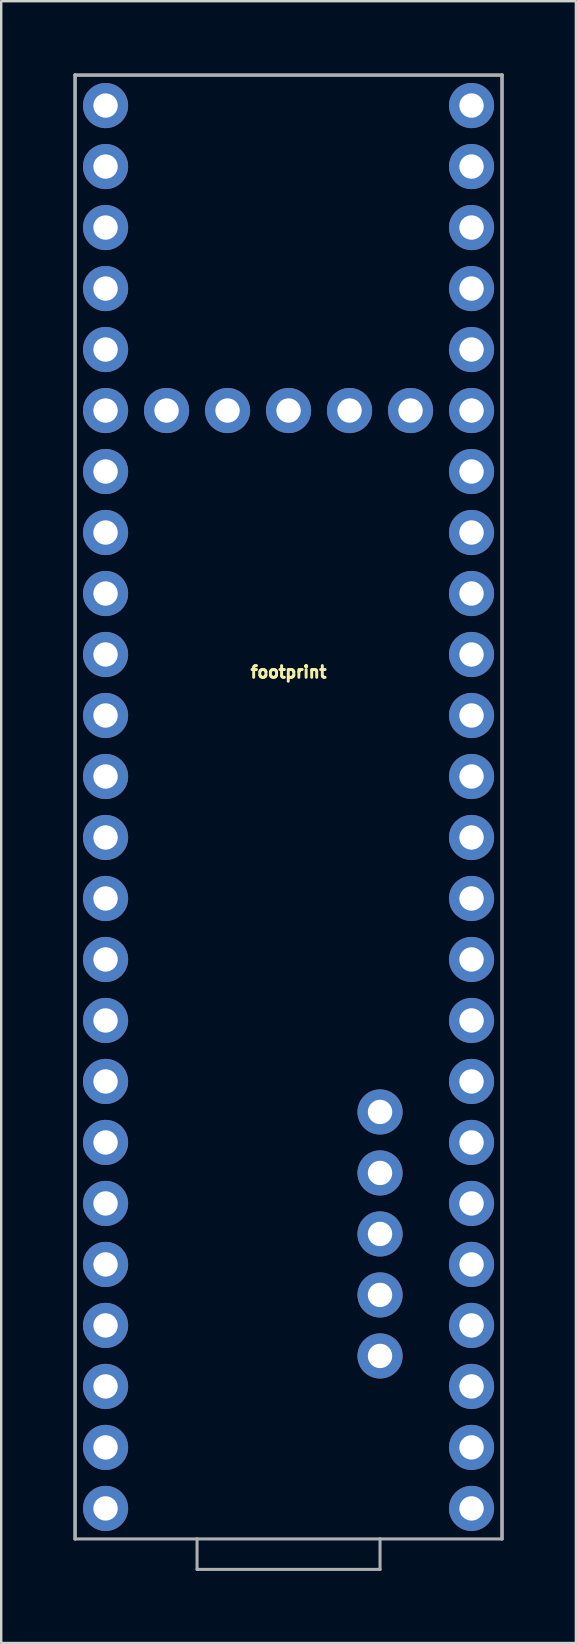
<source format=kicad_pcb>
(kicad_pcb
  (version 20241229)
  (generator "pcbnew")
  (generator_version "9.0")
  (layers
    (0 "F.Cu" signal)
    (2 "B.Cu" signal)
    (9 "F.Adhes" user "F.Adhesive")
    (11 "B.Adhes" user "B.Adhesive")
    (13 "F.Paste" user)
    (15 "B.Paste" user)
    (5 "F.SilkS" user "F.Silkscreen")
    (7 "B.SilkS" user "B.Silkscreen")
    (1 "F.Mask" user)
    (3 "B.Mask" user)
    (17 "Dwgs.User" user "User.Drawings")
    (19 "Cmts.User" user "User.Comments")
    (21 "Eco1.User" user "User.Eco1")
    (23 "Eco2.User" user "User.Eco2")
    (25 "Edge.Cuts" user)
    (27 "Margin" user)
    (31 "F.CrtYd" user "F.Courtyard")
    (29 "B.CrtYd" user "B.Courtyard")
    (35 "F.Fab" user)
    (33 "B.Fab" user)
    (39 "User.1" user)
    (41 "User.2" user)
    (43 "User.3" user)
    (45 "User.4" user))
  (footprint "footprint"
    (layer "F.Cu")
    (at 8.966 43.256)
    (property "Reference" "footprint" (at 0 -18.034 0) (layer "F.SilkS") (effects (font (size 0.488 0.488) (thickness 0.122)) (justify bottom)))
    (fp_line (start -8.89 -43.18) (end 8.89 -43.18) (stroke (width 0.152) (type solid)) (layer "F.Fab"))
    (fp_line (start -8.89 17.78) (end -8.89 -43.18) (stroke (width 0.152) (type solid)) (layer "F.Fab"))
    (fp_line (start -3.81 17.78) (end -8.89 17.78) (stroke (width 0.127) (type solid)) (layer "F.Fab"))
    (fp_line (start -3.81 19.05) (end -3.81 17.78) (stroke (width 0.127) (type solid)) (layer "F.Fab"))
    (fp_line (start -3.81 19.05) (end 3.81 19.05) (stroke (width 0.127) (type solid)) (layer "F.Fab"))
    (fp_line (start 3.81 17.78) (end -3.81 17.78) (stroke (width 0.127) (type solid)) (layer "F.Fab"))
    (fp_line (start 3.81 19.05) (end 3.81 17.78) (stroke (width 0.127) (type solid)) (layer "F.Fab"))
    (fp_line (start 8.89 -43.18) (end 8.89 17.78) (stroke (width 0.152) (type solid)) (layer "F.Fab"))
    (fp_line (start 8.89 17.78) (end 3.81 17.78) (stroke (width 0.127) (type solid)) (layer "F.Fab"))
    (pad "0" thru_hole circle (at 7.62 13.97) (size 1.88 1.88) (drill 1.016) (layers "*.Cu" "*.Mask"))
    (pad "1" thru_hole circle (at 7.62 11.43) (size 1.88 1.88) (drill 1.016) (layers "*.Cu" "*.Mask"))
    (pad "2" thru_hole circle (at 7.62 8.89) (size 1.88 1.88) (drill 1.016) (layers "*.Cu" "*.Mask"))
    (pad "3" thru_hole circle (at 7.62 6.35) (size 1.88 1.88) (drill 1.016) (layers "*.Cu" "*.Mask"))
    (pad "3.3V@1" thru_hole circle (at 7.62 -19.05) (size 1.88 1.88) (drill 1.016) (layers "*.Cu" "*.Mask"))
    (pad "3.3V@2" thru_hole circle (at 2.54 -29.21) (size 1.88 1.88) (drill 1.016) (layers "*.Cu" "*.Mask"))
    (pad "3V" thru_hole circle (at -7.62 11.43) (size 1.88 1.88) (drill 1.016) (layers "*.Cu" "*.Mask"))
    (pad "4" thru_hole circle (at 7.62 3.81) (size 1.88 1.88) (drill 1.016) (layers "*.Cu" "*.Mask"))
    (pad "5" thru_hole circle (at 7.62 1.27) (size 1.88 1.88) (drill 1.016) (layers "*.Cu" "*.Mask"))
    (pad "5V" thru_hole circle (at 3.81 10.16) (size 1.88 1.88) (drill 1.016) (layers "*.Cu" "*.Mask"))
    (pad "6" thru_hole circle (at 7.62 -1.27) (size 1.88 1.88) (drill 1.016) (layers "*.Cu" "*.Mask"))
    (pad "7" thru_hole circle (at 7.62 -3.81) (size 1.88 1.88) (drill 1.016) (layers "*.Cu" "*.Mask"))
    (pad "8" thru_hole circle (at 7.62 -6.35) (size 1.88 1.88) (drill 1.016) (layers "*.Cu" "*.Mask"))
    (pad "9" thru_hole circle (at 7.62 -8.89) (size 1.88 1.88) (drill 1.016) (layers "*.Cu" "*.Mask"))
    (pad "10" thru_hole circle (at 7.62 -11.43) (size 1.88 1.88) (drill 1.016) (layers "*.Cu" "*.Mask"))
    (pad "11" thru_hole circle (at 7.62 -13.97) (size 1.88 1.88) (drill 1.016) (layers "*.Cu" "*.Mask"))
    (pad "12" thru_hole circle (at 7.62 -16.51) (size 1.88 1.88) (drill 1.016) (layers "*.Cu" "*.Mask"))
    (pad "13" thru_hole circle (at -7.62 -16.51) (size 1.88 1.88) (drill 1.016) (layers "*.Cu" "*.Mask"))
    (pad "14" thru_hole circle (at -7.62 -13.97) (size 1.88 1.88) (drill 1.016) (layers "*.Cu" "*.Mask"))
    (pad "15" thru_hole circle (at -7.62 -11.43) (size 1.88 1.88) (drill 1.016) (layers "*.Cu" "*.Mask"))
    (pad "16" thru_hole circle (at -7.62 -8.89) (size 1.88 1.88) (drill 1.016) (layers "*.Cu" "*.Mask"))
    (pad "17" thru_hole circle (at -7.62 -6.35) (size 1.88 1.88) (drill 1.016) (layers "*.Cu" "*.Mask"))
    (pad "18" thru_hole circle (at -7.62 -3.81) (size 1.88 1.88) (drill 1.016) (layers "*.Cu" "*.Mask"))
    (pad "19" thru_hole circle (at -7.62 -1.27) (size 1.88 1.88) (drill 1.016) (layers "*.Cu" "*.Mask"))
    (pad "20" thru_hole circle (at -7.62 1.27) (size 1.88 1.88) (drill 1.016) (layers "*.Cu" "*.Mask"))
    (pad "21" thru_hole circle (at -7.62 3.81) (size 1.88 1.88) (drill 1.016) (layers "*.Cu" "*.Mask"))
    (pad "22" thru_hole circle (at -7.62 6.35) (size 1.88 1.88) (drill 1.016) (layers "*.Cu" "*.Mask"))
    (pad "23" thru_hole circle (at -7.62 8.89) (size 1.88 1.88) (drill 1.016) (layers "*.Cu" "*.Mask"))
    (pad "24" thru_hole circle (at 7.62 -21.59) (size 1.88 1.88) (drill 1.016) (layers "*.Cu" "*.Mask"))
    (pad "25" thru_hole circle (at 7.62 -24.13) (size 1.88 1.88) (drill 1.016) (layers "*.Cu" "*.Mask"))
    (pad "26" thru_hole circle (at 7.62 -26.67) (size 1.88 1.88) (drill 1.016) (layers "*.Cu" "*.Mask"))
    (pad "27" thru_hole circle (at 7.62 -29.21) (size 1.88 1.88) (drill 1.016) (layers "*.Cu" "*.Mask"))
    (pad "28" thru_hole circle (at 7.62 -31.75) (size 1.88 1.88) (drill 1.016) (layers "*.Cu" "*.Mask"))
    (pad "29" thru_hole circle (at 7.62 -34.29) (size 1.88 1.88) (drill 1.016) (layers "*.Cu" "*.Mask"))
    (pad "30" thru_hole circle (at 7.62 -36.83) (size 1.88 1.88) (drill 1.016) (layers "*.Cu" "*.Mask"))
    (pad "31" thru_hole circle (at 7.62 -39.37) (size 1.88 1.88) (drill 1.016) (layers "*.Cu" "*.Mask"))
    (pad "32" thru_hole circle (at 7.62 -41.91) (size 1.88 1.88) (drill 1.016) (layers "*.Cu" "*.Mask"))
    (pad "33" thru_hole circle (at -7.62 -41.91) (size 1.88 1.88) (drill 1.016) (layers "*.Cu" "*.Mask"))
    (pad "34" thru_hole circle (at -7.62 -39.37) (size 1.88 1.88) (drill 1.016) (layers "*.Cu" "*.Mask"))
    (pad "35" thru_hole circle (at -7.62 -36.83) (size 1.88 1.88) (drill 1.016) (layers "*.Cu" "*.Mask"))
    (pad "36" thru_hole circle (at -7.62 -34.29) (size 1.88 1.88) (drill 1.016) (layers "*.Cu" "*.Mask"))
    (pad "37" thru_hole circle (at -7.62 -31.75) (size 1.88 1.88) (drill 1.016) (layers "*.Cu" "*.Mask"))
    (pad "38" thru_hole circle (at -7.62 -29.21) (size 1.88 1.88) (drill 1.016) (layers "*.Cu" "*.Mask"))
    (pad "39" thru_hole circle (at -7.62 -26.67) (size 1.88 1.88) (drill 1.016) (layers "*.Cu" "*.Mask"))
    (pad "40" thru_hole circle (at -7.62 -24.13) (size 1.88 1.88) (drill 1.016) (layers "*.Cu" "*.Mask"))
    (pad "41" thru_hole circle (at -7.62 -21.59) (size 1.88 1.88) (drill 1.016) (layers "*.Cu" "*.Mask"))
    (pad "AGND" thru_hole circle (at -7.62 13.97) (size 1.88 1.88) (drill 1.016) (layers "*.Cu" "*.Mask"))
    (pad "D+" thru_hole circle (at 3.81 5.08) (size 1.88 1.88) (drill 1.016) (layers "*.Cu" "*.Mask"))
    (pad "D-" thru_hole circle (at 3.81 7.62) (size 1.88 1.88) (drill 1.016) (layers "*.Cu" "*.Mask"))
    (pad "GND" thru_hole circle (at 0 -29.21) (size 1.88 1.88) (drill 1.016) (layers "*.Cu" "*.Mask"))
    (pad "GND1" thru_hole circle (at 7.62 16.51) (size 1.88 1.88) (drill 1.016) (layers "*.Cu" "*.Mask"))
    (pad "GND2" thru_hole circle (at -7.62 -19.05) (size 1.88 1.88) (drill 1.016) (layers "*.Cu" "*.Mask"))
    (pad "GND3" thru_hole circle (at 3.81 2.54) (size 1.88 1.88) (drill 1.016) (layers "*.Cu" "*.Mask"))
    (pad "GND4" thru_hole circle (at 3.81 0) (size 1.88 1.88) (drill 1.016) (layers "*.Cu" "*.Mask"))
    (pad "PROG" thru_hole circle (at -2.54 -29.21) (size 1.88 1.88) (drill 1.016) (layers "*.Cu" "*.Mask"))
    (pad "R" thru_hole circle (at -5.08 -29.21) (size 1.88 1.88) (drill 1.016) (layers "*.Cu" "*.Mask"))
    (pad "VBAT" thru_hole circle (at 5.08 -29.21) (size 1.88 1.88) (drill 1.016) (layers "*.Cu" "*.Mask"))
    (pad "VIN" thru_hole circle (at -7.62 16.51) (size 1.88 1.88) (drill 1.016) (layers "*.Cu" "*.Mask")))
  (gr_rect
    (start -3 -3)
    (end 20.932 65.37)
    (stroke (width 0.1) (type default))
    (fill no)
    (layer "Edge.Cuts")))
</source>
